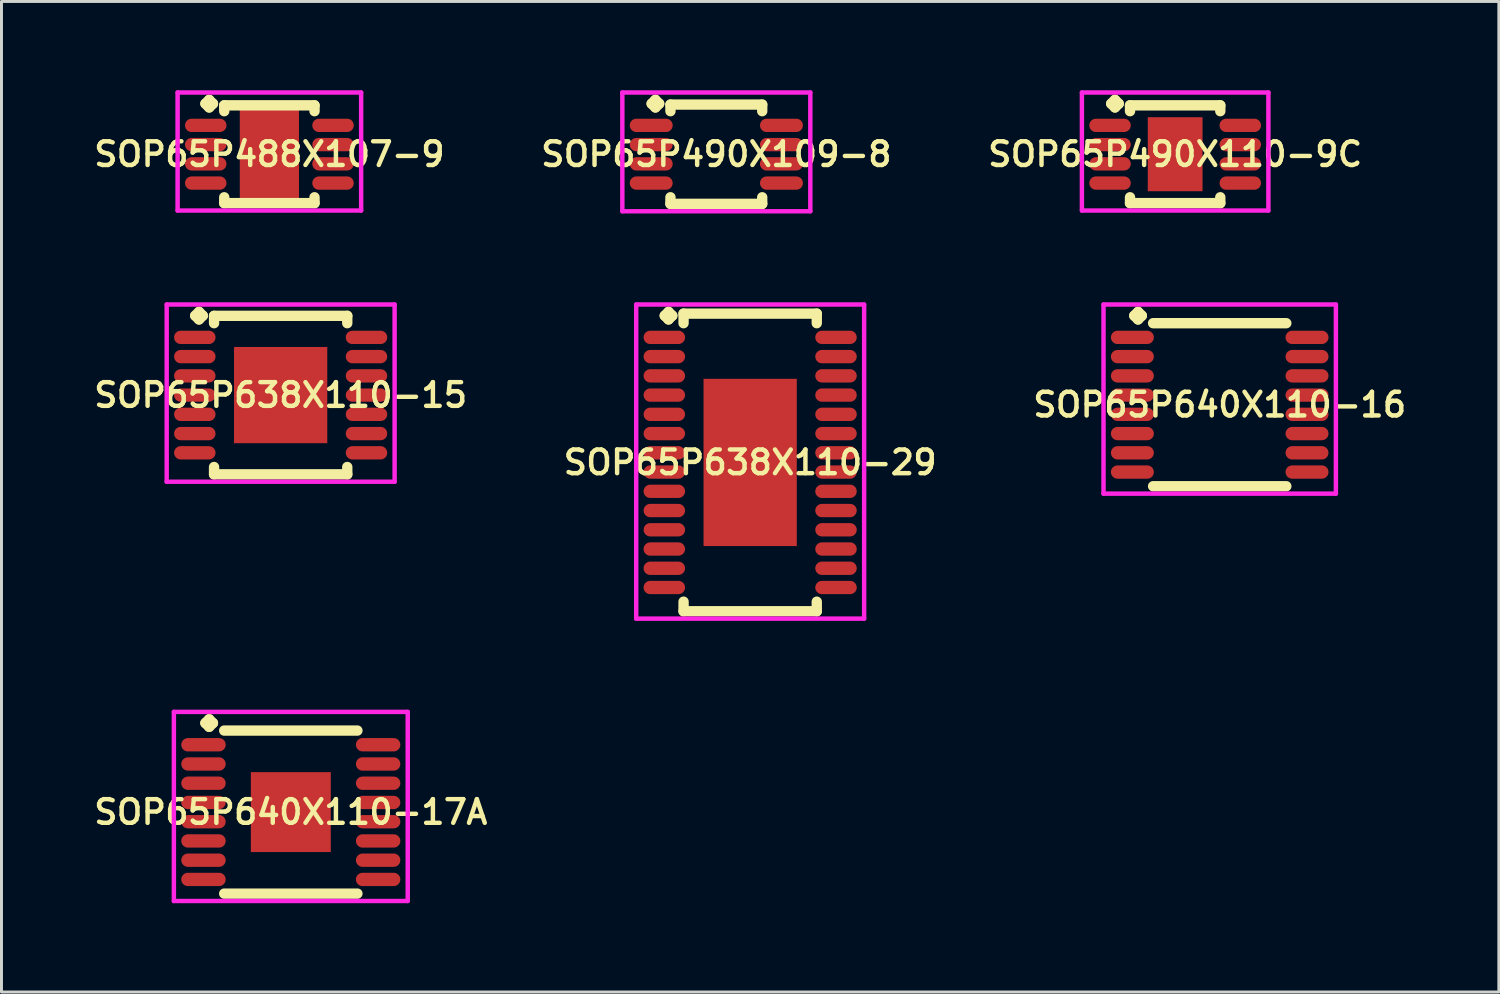
<source format=kicad_pcb>
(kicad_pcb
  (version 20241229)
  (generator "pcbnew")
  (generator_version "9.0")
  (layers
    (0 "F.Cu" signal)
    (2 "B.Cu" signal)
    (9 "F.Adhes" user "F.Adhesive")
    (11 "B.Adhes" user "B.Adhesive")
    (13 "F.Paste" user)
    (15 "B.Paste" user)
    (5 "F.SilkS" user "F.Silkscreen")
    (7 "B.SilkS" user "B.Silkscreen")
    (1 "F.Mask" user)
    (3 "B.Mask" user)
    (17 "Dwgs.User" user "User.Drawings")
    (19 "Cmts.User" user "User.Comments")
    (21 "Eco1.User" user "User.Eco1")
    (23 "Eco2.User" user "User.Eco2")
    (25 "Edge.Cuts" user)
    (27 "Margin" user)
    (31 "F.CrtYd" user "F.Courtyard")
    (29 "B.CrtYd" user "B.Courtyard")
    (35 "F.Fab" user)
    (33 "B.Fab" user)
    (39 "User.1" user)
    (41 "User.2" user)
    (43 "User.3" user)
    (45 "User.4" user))
  (footprint "SOP65P640X110-17A"
    (layer "F.Cu")
    (at 6.774 24.384)
    (property "Reference" "SOP65P640X110-17A" (at 0 0 0) (layer "F.SilkS") (effects (font (size 0.8 0.8) (thickness 0.15))))
    (attr smd)
    (fp_line (start -2.885 -3.008) (end -2.758 -3.135) (stroke (width 0.35) (type solid)) (layer "F.SilkS"))
    (fp_line (start -2.758 -3.135) (end -2.631 -3.008) (stroke (width 0.35) (type solid)) (layer "F.SilkS"))
    (fp_line (start -2.758 -2.881) (end -2.885 -3.008) (stroke (width 0.35) (type solid)) (layer "F.SilkS"))
    (fp_line (start -2.631 -3.008) (end -2.758 -2.881) (stroke (width 0.35) (type solid)) (layer "F.SilkS"))
    (fp_line (start -2.25 -2.754) (end 2.25 -2.754) (stroke (width 0.35) (type solid)) (layer "F.SilkS"))
    (fp_line (start -2.25 2.754) (end 2.25 2.754) (stroke (width 0.35) (type solid)) (layer "F.SilkS"))
    (fp_line (start -3.95 -3.385) (end 3.95 -3.385) (stroke (width 0.15) (type solid)) (layer "F.CrtYd"))
    (fp_line (start -3.95 3.004) (end -3.95 -3.385) (stroke (width 0.15) (type solid)) (layer "F.CrtYd"))
    (fp_line (start 3.95 -3.385) (end 3.95 3.004) (stroke (width 0.15) (type solid)) (layer "F.CrtYd"))
    (fp_line (start 3.95 3.004) (end -3.95 3.004) (stroke (width 0.15) (type solid)) (layer "F.CrtYd"))
    (pad "1" smd oval (at -2.95 -2.275) (size 1.5 0.45) (layers "F.Cu" "F.Mask" "F.Paste"))
    (pad "2" smd oval (at -2.95 -1.625) (size 1.5 0.45) (layers "F.Cu" "F.Mask" "F.Paste"))
    (pad "3" smd oval (at -2.95 -0.975) (size 1.5 0.45) (layers "F.Cu" "F.Mask" "F.Paste"))
    (pad "4" smd oval (at -2.95 -0.325) (size 1.5 0.45) (layers "F.Cu" "F.Mask" "F.Paste"))
    (pad "5" smd oval (at -2.95 0.325) (size 1.5 0.45) (layers "F.Cu" "F.Mask" "F.Paste"))
    (pad "6" smd oval (at -2.95 0.975) (size 1.5 0.45) (layers "F.Cu" "F.Mask" "F.Paste"))
    (pad "7" smd oval (at -2.95 1.625) (size 1.5 0.45) (layers "F.Cu" "F.Mask" "F.Paste"))
    (pad "8" smd oval (at -2.95 2.275) (size 1.5 0.45) (layers "F.Cu" "F.Mask" "F.Paste"))
    (pad "9" smd oval (at 2.95 2.275) (size 1.5 0.45) (layers "F.Cu" "F.Mask" "F.Paste"))
    (pad "10" smd oval (at 2.95 1.625) (size 1.5 0.45) (layers "F.Cu" "F.Mask" "F.Paste"))
    (pad "11" smd oval (at 2.95 0.975) (size 1.5 0.45) (layers "F.Cu" "F.Mask" "F.Paste"))
    (pad "12" smd oval (at 2.95 0.325) (size 1.5 0.45) (layers "F.Cu" "F.Mask" "F.Paste"))
    (pad "13" smd oval (at 2.95 -0.325) (size 1.5 0.45) (layers "F.Cu" "F.Mask" "F.Paste"))
    (pad "14" smd oval (at 2.95 -0.975) (size 1.5 0.45) (layers "F.Cu" "F.Mask" "F.Paste"))
    (pad "15" smd oval (at 2.95 -1.625) (size 1.5 0.45) (layers "F.Cu" "F.Mask" "F.Paste"))
    (pad "16" smd oval (at 2.95 -2.275) (size 1.5 0.45) (layers "F.Cu" "F.Mask" "F.Paste"))
    (pad "17" smd rect (at 0 0) (size 2.7 2.7) (layers "F.Cu" "F.Mask" "F.Paste")))
  (footprint "SOP65P488X107-9"
    (layer "F.Cu")
    (at 6.05 2.16)
    (property "Reference" "SOP65P488X107-9" (at 0 0 0) (layer "F.SilkS") (effects (font (size 0.8 0.8) (thickness 0.15))))
    (attr smd)
    (fp_line (start -2.16 -1.708) (end -2.033 -1.835) (stroke (width 0.35) (type solid)) (layer "F.SilkS"))
    (fp_line (start -2.033 -1.835) (end -1.906 -1.708) (stroke (width 0.35) (type solid)) (layer "F.SilkS"))
    (fp_line (start -2.033 -1.581) (end -2.16 -1.708) (stroke (width 0.35) (type solid)) (layer "F.SilkS"))
    (fp_line (start -1.906 -1.708) (end -2.033 -1.581) (stroke (width 0.35) (type solid)) (layer "F.SilkS"))
    (fp_line (start -1.525 -1.652) (end 1.525 -1.652) (stroke (width 0.35) (type solid)) (layer "F.SilkS"))
    (fp_line (start -1.525 -1.454) (end -1.525 -1.652) (stroke (width 0.35) (type solid)) (layer "F.SilkS"))
    (fp_line (start -1.525 1.454) (end -1.525 1.652) (stroke (width 0.35) (type solid)) (layer "F.SilkS"))
    (fp_line (start -1.525 1.652) (end 1.525 1.652) (stroke (width 0.35) (type solid)) (layer "F.SilkS"))
    (fp_line (start 1.525 -1.652) (end 1.525 -1.454) (stroke (width 0.35) (type solid)) (layer "F.SilkS"))
    (fp_line (start 1.525 1.652) (end 1.525 1.454) (stroke (width 0.35) (type solid)) (layer "F.SilkS"))
    (fp_line (start -3.1 -2.085) (end 3.1 -2.085) (stroke (width 0.15) (type solid)) (layer "F.CrtYd"))
    (fp_line (start -3.1 1.902) (end -3.1 -2.085) (stroke (width 0.15) (type solid)) (layer "F.CrtYd"))
    (fp_line (start 3.1 -2.085) (end 3.1 1.902) (stroke (width 0.15) (type solid)) (layer "F.CrtYd"))
    (fp_line (start 3.1 1.902) (end -3.1 1.902) (stroke (width 0.15) (type solid)) (layer "F.CrtYd"))
    (pad "1" smd oval (at -2.15 -0.975) (size 1.4 0.45) (layers "F.Cu" "F.Mask" "F.Paste"))
    (pad "2" smd oval (at -2.15 -0.325) (size 1.4 0.45) (layers "F.Cu" "F.Mask" "F.Paste"))
    (pad "3" smd oval (at -2.15 0.325) (size 1.4 0.45) (layers "F.Cu" "F.Mask" "F.Paste"))
    (pad "4" smd oval (at -2.15 0.975) (size 1.4 0.45) (layers "F.Cu" "F.Mask" "F.Paste"))
    (pad "5" smd oval (at 2.15 0.975) (size 1.4 0.45) (layers "F.Cu" "F.Mask" "F.Paste"))
    (pad "6" smd oval (at 2.15 0.325) (size 1.4 0.45) (layers "F.Cu" "F.Mask" "F.Paste"))
    (pad "7" smd oval (at 2.15 -0.325) (size 1.4 0.45) (layers "F.Cu" "F.Mask" "F.Paste"))
    (pad "8" smd oval (at 2.15 -0.975) (size 1.4 0.45) (layers "F.Cu" "F.Mask" "F.Paste"))
    (pad "9" smd rect (at 0 0) (size 2 3) (layers "F.Cu" "F.Mask" "F.Paste")))
  (footprint "SOP65P490X109-8"
    (layer "F.Cu")
    (at 21.149 2.16)
    (property "Reference" "SOP65P490X109-8" (at 0 0 0) (layer "F.SilkS") (effects (font (size 0.8 0.8) (thickness 0.15))))
    (attr smd)
    (fp_line (start -2.185 -1.708) (end -2.058 -1.835) (stroke (width 0.35) (type solid)) (layer "F.SilkS"))
    (fp_line (start -2.058 -1.835) (end -1.931 -1.708) (stroke (width 0.35) (type solid)) (layer "F.SilkS"))
    (fp_line (start -2.058 -1.581) (end -2.185 -1.708) (stroke (width 0.35) (type solid)) (layer "F.SilkS"))
    (fp_line (start -1.931 -1.708) (end -2.058 -1.581) (stroke (width 0.35) (type solid)) (layer "F.SilkS"))
    (fp_line (start -1.55 -1.677) (end 1.55 -1.677) (stroke (width 0.35) (type solid)) (layer "F.SilkS"))
    (fp_line (start -1.55 -1.454) (end -1.55 -1.677) (stroke (width 0.35) (type solid)) (layer "F.SilkS"))
    (fp_line (start -1.55 1.454) (end -1.55 1.677) (stroke (width 0.35) (type solid)) (layer "F.SilkS"))
    (fp_line (start -1.55 1.677) (end 1.55 1.677) (stroke (width 0.35) (type solid)) (layer "F.SilkS"))
    (fp_line (start 1.55 -1.677) (end 1.55 -1.454) (stroke (width 0.35) (type solid)) (layer "F.SilkS"))
    (fp_line (start 1.55 1.677) (end 1.55 1.454) (stroke (width 0.35) (type solid)) (layer "F.SilkS"))
    (fp_line (start -3.175 -2.085) (end 3.175 -2.085) (stroke (width 0.15) (type solid)) (layer "F.CrtYd"))
    (fp_line (start -3.175 1.927) (end -3.175 -2.085) (stroke (width 0.15) (type solid)) (layer "F.CrtYd"))
    (fp_line (start 3.175 -2.085) (end 3.175 1.927) (stroke (width 0.15) (type solid)) (layer "F.CrtYd"))
    (fp_line (start 3.175 1.927) (end -3.175 1.927) (stroke (width 0.15) (type solid)) (layer "F.CrtYd"))
    (pad "1" smd oval (at -2.2 -0.975) (size 1.45 0.45) (layers "F.Cu" "F.Mask" "F.Paste"))
    (pad "2" smd oval (at -2.2 -0.325) (size 1.45 0.45) (layers "F.Cu" "F.Mask" "F.Paste"))
    (pad "3" smd oval (at -2.2 0.325) (size 1.45 0.45) (layers "F.Cu" "F.Mask" "F.Paste"))
    (pad "4" smd oval (at -2.2 0.975) (size 1.45 0.45) (layers "F.Cu" "F.Mask" "F.Paste"))
    (pad "5" smd oval (at 2.2 0.975) (size 1.45 0.45) (layers "F.Cu" "F.Mask" "F.Paste"))
    (pad "6" smd oval (at 2.2 0.325) (size 1.45 0.45) (layers "F.Cu" "F.Mask" "F.Paste"))
    (pad "7" smd oval (at 2.2 -0.325) (size 1.45 0.45) (layers "F.Cu" "F.Mask" "F.Paste"))
    (pad "8" smd oval (at 2.2 -0.975) (size 1.45 0.45) (layers "F.Cu" "F.Mask" "F.Paste")))
  (footprint "SOP65P638X110-15"
    (layer "F.Cu")
    (at 6.431 10.297)
    (property "Reference" "SOP65P638X110-15" (at 0 0 0) (layer "F.SilkS") (effects (font (size 0.8 0.8) (thickness 0.15))))
    (attr smd)
    (fp_line (start -2.885 -2.683) (end -2.758 -2.81) (stroke (width 0.35) (type solid)) (layer "F.SilkS"))
    (fp_line (start -2.758 -2.81) (end -2.631 -2.683) (stroke (width 0.35) (type solid)) (layer "F.SilkS"))
    (fp_line (start -2.758 -2.556) (end -2.885 -2.683) (stroke (width 0.35) (type solid)) (layer "F.SilkS"))
    (fp_line (start -2.631 -2.683) (end -2.758 -2.556) (stroke (width 0.35) (type solid)) (layer "F.SilkS"))
    (fp_line (start -2.25 -2.677) (end 2.25 -2.677) (stroke (width 0.35) (type solid)) (layer "F.SilkS"))
    (fp_line (start -2.25 -2.429) (end -2.25 -2.677) (stroke (width 0.35) (type solid)) (layer "F.SilkS"))
    (fp_line (start -2.25 2.429) (end -2.25 2.677) (stroke (width 0.35) (type solid)) (layer "F.SilkS"))
    (fp_line (start -2.25 2.677) (end 2.25 2.677) (stroke (width 0.35) (type solid)) (layer "F.SilkS"))
    (fp_line (start 2.25 -2.677) (end 2.25 -2.429) (stroke (width 0.35) (type solid)) (layer "F.SilkS"))
    (fp_line (start 2.25 2.677) (end 2.25 2.429) (stroke (width 0.35) (type solid)) (layer "F.SilkS"))
    (fp_line (start -3.85 -3.06) (end 3.85 -3.06) (stroke (width 0.15) (type solid)) (layer "F.CrtYd"))
    (fp_line (start -3.85 2.927) (end -3.85 -3.06) (stroke (width 0.15) (type solid)) (layer "F.CrtYd"))
    (fp_line (start 3.85 -3.06) (end 3.85 2.927) (stroke (width 0.15) (type solid)) (layer "F.CrtYd"))
    (fp_line (start 3.85 2.927) (end -3.85 2.927) (stroke (width 0.15) (type solid)) (layer "F.CrtYd"))
    (pad "1" smd oval (at -2.9 -1.95) (size 1.4 0.45) (layers "F.Cu" "F.Mask" "F.Paste"))
    (pad "2" smd oval (at -2.9 -1.3) (size 1.4 0.45) (layers "F.Cu" "F.Mask" "F.Paste"))
    (pad "3" smd oval (at -2.9 -0.65) (size 1.4 0.45) (layers "F.Cu" "F.Mask" "F.Paste"))
    (pad "4" smd oval (at -2.9 0) (size 1.4 0.45) (layers "F.Cu" "F.Mask" "F.Paste"))
    (pad "5" smd oval (at -2.9 0.65) (size 1.4 0.45) (layers "F.Cu" "F.Mask" "F.Paste"))
    (pad "6" smd oval (at -2.9 1.3) (size 1.4 0.45) (layers "F.Cu" "F.Mask" "F.Paste"))
    (pad "7" smd oval (at -2.9 1.95) (size 1.4 0.45) (layers "F.Cu" "F.Mask" "F.Paste"))
    (pad "8" smd oval (at 2.9 1.95) (size 1.4 0.45) (layers "F.Cu" "F.Mask" "F.Paste"))
    (pad "9" smd oval (at 2.9 1.3) (size 1.4 0.45) (layers "F.Cu" "F.Mask" "F.Paste"))
    (pad "10" smd oval (at 2.9 0.65) (size 1.4 0.45) (layers "F.Cu" "F.Mask" "F.Paste"))
    (pad "11" smd oval (at 2.9 0) (size 1.4 0.45) (layers "F.Cu" "F.Mask" "F.Paste"))
    (pad "12" smd oval (at 2.9 -0.65) (size 1.4 0.45) (layers "F.Cu" "F.Mask" "F.Paste"))
    (pad "13" smd oval (at 2.9 -1.3) (size 1.4 0.45) (layers "F.Cu" "F.Mask" "F.Paste"))
    (pad "14" smd oval (at 2.9 -1.95) (size 1.4 0.45) (layers "F.Cu" "F.Mask" "F.Paste"))
    (pad "15" smd rect (at 0 0) (size 3.15 3.25) (layers "F.Cu" "F.Mask" "F.Paste")))
  (footprint "SOP65P490X110-9C"
    (layer "F.Cu")
    (at 36.649 2.16)
    (property "Reference" "SOP65P490X110-9C" (at 0 0 0) (layer "F.SilkS") (effects (font (size 0.8 0.8) (thickness 0.15))))
    (attr smd)
    (fp_line (start -2.16 -1.708) (end -2.033 -1.835) (stroke (width 0.35) (type solid)) (layer "F.SilkS"))
    (fp_line (start -2.033 -1.835) (end -1.906 -1.708) (stroke (width 0.35) (type solid)) (layer "F.SilkS"))
    (fp_line (start -2.033 -1.581) (end -2.16 -1.708) (stroke (width 0.35) (type solid)) (layer "F.SilkS"))
    (fp_line (start -1.906 -1.708) (end -2.033 -1.581) (stroke (width 0.35) (type solid)) (layer "F.SilkS"))
    (fp_line (start -1.525 -1.652) (end 1.525 -1.652) (stroke (width 0.35) (type solid)) (layer "F.SilkS"))
    (fp_line (start -1.525 -1.454) (end -1.525 -1.652) (stroke (width 0.35) (type solid)) (layer "F.SilkS"))
    (fp_line (start -1.525 1.454) (end -1.525 1.652) (stroke (width 0.35) (type solid)) (layer "F.SilkS"))
    (fp_line (start -1.525 1.652) (end 1.525 1.652) (stroke (width 0.35) (type solid)) (layer "F.SilkS"))
    (fp_line (start 1.525 -1.652) (end 1.525 -1.454) (stroke (width 0.35) (type solid)) (layer "F.SilkS"))
    (fp_line (start 1.525 1.652) (end 1.525 1.454) (stroke (width 0.35) (type solid)) (layer "F.SilkS"))
    (fp_line (start -3.15 -2.085) (end 3.15 -2.085) (stroke (width 0.15) (type solid)) (layer "F.CrtYd"))
    (fp_line (start -3.15 1.902) (end -3.15 -2.085) (stroke (width 0.15) (type solid)) (layer "F.CrtYd"))
    (fp_line (start 3.15 -2.085) (end 3.15 1.902) (stroke (width 0.15) (type solid)) (layer "F.CrtYd"))
    (fp_line (start 3.15 1.902) (end -3.15 1.902) (stroke (width 0.15) (type solid)) (layer "F.CrtYd"))
    (pad "1" smd oval (at -2.2 -0.975) (size 1.4 0.45) (layers "F.Cu" "F.Mask" "F.Paste"))
    (pad "2" smd oval (at -2.2 -0.325) (size 1.4 0.45) (layers "F.Cu" "F.Mask" "F.Paste"))
    (pad "3" smd oval (at -2.2 0.325) (size 1.4 0.45) (layers "F.Cu" "F.Mask" "F.Paste"))
    (pad "4" smd oval (at -2.2 0.975) (size 1.4 0.45) (layers "F.Cu" "F.Mask" "F.Paste"))
    (pad "5" smd oval (at 2.2 0.975) (size 1.4 0.45) (layers "F.Cu" "F.Mask" "F.Paste"))
    (pad "6" smd oval (at 2.2 0.325) (size 1.4 0.45) (layers "F.Cu" "F.Mask" "F.Paste"))
    (pad "7" smd oval (at 2.2 -0.325) (size 1.4 0.45) (layers "F.Cu" "F.Mask" "F.Paste"))
    (pad "8" smd oval (at 2.2 -0.975) (size 1.4 0.45) (layers "F.Cu" "F.Mask" "F.Paste"))
    (pad "9" smd rect (at 0 0) (size 1.85 2.5) (layers "F.Cu" "F.Mask" "F.Paste")))
  (footprint "SOP65P638X110-29"
    (layer "F.Cu")
    (at 22.292 12.572)
    (property "Reference" "SOP65P638X110-29" (at 0 0 0) (layer "F.SilkS") (effects (font (size 0.8 0.8) (thickness 0.15))))
    (attr smd)
    (fp_line (start -2.885 -4.958) (end -2.758 -5.085) (stroke (width 0.35) (type solid)) (layer "F.SilkS"))
    (fp_line (start -2.758 -5.085) (end -2.631 -4.958) (stroke (width 0.35) (type solid)) (layer "F.SilkS"))
    (fp_line (start -2.758 -4.831) (end -2.885 -4.958) (stroke (width 0.35) (type solid)) (layer "F.SilkS"))
    (fp_line (start -2.631 -4.958) (end -2.758 -4.831) (stroke (width 0.35) (type solid)) (layer "F.SilkS"))
    (fp_line (start -2.25 -5.027) (end 2.25 -5.027) (stroke (width 0.35) (type solid)) (layer "F.SilkS"))
    (fp_line (start -2.25 -4.704) (end -2.25 -5.027) (stroke (width 0.35) (type solid)) (layer "F.SilkS"))
    (fp_line (start -2.25 4.704) (end -2.25 5.027) (stroke (width 0.35) (type solid)) (layer "F.SilkS"))
    (fp_line (start -2.25 5.027) (end 2.25 5.027) (stroke (width 0.35) (type solid)) (layer "F.SilkS"))
    (fp_line (start 2.25 -5.027) (end 2.25 -4.704) (stroke (width 0.35) (type solid)) (layer "F.SilkS"))
    (fp_line (start 2.25 5.027) (end 2.25 4.704) (stroke (width 0.35) (type solid)) (layer "F.SilkS"))
    (fp_line (start -3.85 -5.335) (end 3.85 -5.335) (stroke (width 0.15) (type solid)) (layer "F.CrtYd"))
    (fp_line (start -3.85 5.277) (end -3.85 -5.335) (stroke (width 0.15) (type solid)) (layer "F.CrtYd"))
    (fp_line (start 3.85 -5.335) (end 3.85 5.277) (stroke (width 0.15) (type solid)) (layer "F.CrtYd"))
    (fp_line (start 3.85 5.277) (end -3.85 5.277) (stroke (width 0.15) (type solid)) (layer "F.CrtYd"))
    (pad "1" smd oval (at -2.9 -4.225) (size 1.4 0.45) (layers "F.Cu" "F.Mask" "F.Paste"))
    (pad "2" smd oval (at -2.9 -3.575) (size 1.4 0.45) (layers "F.Cu" "F.Mask" "F.Paste"))
    (pad "3" smd oval (at -2.9 -2.925) (size 1.4 0.45) (layers "F.Cu" "F.Mask" "F.Paste"))
    (pad "4" smd oval (at -2.9 -2.275) (size 1.4 0.45) (layers "F.Cu" "F.Mask" "F.Paste"))
    (pad "5" smd oval (at -2.9 -1.625) (size 1.4 0.45) (layers "F.Cu" "F.Mask" "F.Paste"))
    (pad "6" smd oval (at -2.9 -0.975) (size 1.4 0.45) (layers "F.Cu" "F.Mask" "F.Paste"))
    (pad "7" smd oval (at -2.9 -0.325) (size 1.4 0.45) (layers "F.Cu" "F.Mask" "F.Paste"))
    (pad "8" smd oval (at -2.9 0.325) (size 1.4 0.45) (layers "F.Cu" "F.Mask" "F.Paste"))
    (pad "9" smd oval (at -2.9 0.975) (size 1.4 0.45) (layers "F.Cu" "F.Mask" "F.Paste"))
    (pad "10" smd oval (at -2.9 1.625) (size 1.4 0.45) (layers "F.Cu" "F.Mask" "F.Paste"))
    (pad "11" smd oval (at -2.9 2.275) (size 1.4 0.45) (layers "F.Cu" "F.Mask" "F.Paste"))
    (pad "12" smd oval (at -2.9 2.925) (size 1.4 0.45) (layers "F.Cu" "F.Mask" "F.Paste"))
    (pad "13" smd oval (at -2.9 3.575) (size 1.4 0.45) (layers "F.Cu" "F.Mask" "F.Paste"))
    (pad "14" smd oval (at -2.9 4.225) (size 1.4 0.45) (layers "F.Cu" "F.Mask" "F.Paste"))
    (pad "15" smd oval (at 2.9 4.225) (size 1.4 0.45) (layers "F.Cu" "F.Mask" "F.Paste"))
    (pad "16" smd oval (at 2.9 3.575) (size 1.4 0.45) (layers "F.Cu" "F.Mask" "F.Paste"))
    (pad "17" smd oval (at 2.9 2.925) (size 1.4 0.45) (layers "F.Cu" "F.Mask" "F.Paste"))
    (pad "18" smd oval (at 2.9 2.275) (size 1.4 0.45) (layers "F.Cu" "F.Mask" "F.Paste"))
    (pad "19" smd oval (at 2.9 1.625) (size 1.4 0.45) (layers "F.Cu" "F.Mask" "F.Paste"))
    (pad "20" smd oval (at 2.9 0.975) (size 1.4 0.45) (layers "F.Cu" "F.Mask" "F.Paste"))
    (pad "21" smd oval (at 2.9 0.325) (size 1.4 0.45) (layers "F.Cu" "F.Mask" "F.Paste"))
    (pad "22" smd oval (at 2.9 -0.325) (size 1.4 0.45) (layers "F.Cu" "F.Mask" "F.Paste"))
    (pad "23" smd oval (at 2.9 -0.975) (size 1.4 0.45) (layers "F.Cu" "F.Mask" "F.Paste"))
    (pad "24" smd oval (at 2.9 -1.625) (size 1.4 0.45) (layers "F.Cu" "F.Mask" "F.Paste"))
    (pad "25" smd oval (at 2.9 -2.275) (size 1.4 0.45) (layers "F.Cu" "F.Mask" "F.Paste"))
    (pad "26" smd oval (at 2.9 -2.925) (size 1.4 0.45) (layers "F.Cu" "F.Mask" "F.Paste"))
    (pad "27" smd oval (at 2.9 -3.575) (size 1.4 0.45) (layers "F.Cu" "F.Mask" "F.Paste"))
    (pad "28" smd oval (at 2.9 -4.225) (size 1.4 0.45) (layers "F.Cu" "F.Mask" "F.Paste"))
    (pad "29" smd rect (at 0 0) (size 3.15 5.65) (layers "F.Cu" "F.Mask" "F.Paste")))
  (footprint "SOP65P640X110-16"
    (layer "F.Cu")
    (at 38.154 10.622)
    (property "Reference" "SOP65P640X110-16" (at 0 0 0) (layer "F.SilkS") (effects (font (size 0.8 0.8) (thickness 0.15))))
    (attr smd)
    (fp_line (start -2.885 -3.008) (end -2.758 -3.135) (stroke (width 0.35) (type solid)) (layer "F.SilkS"))
    (fp_line (start -2.758 -3.135) (end -2.631 -3.008) (stroke (width 0.35) (type solid)) (layer "F.SilkS"))
    (fp_line (start -2.758 -2.881) (end -2.885 -3.008) (stroke (width 0.35) (type solid)) (layer "F.SilkS"))
    (fp_line (start -2.631 -3.008) (end -2.758 -2.881) (stroke (width 0.35) (type solid)) (layer "F.SilkS"))
    (fp_line (start -2.25 -2.754) (end 2.25 -2.754) (stroke (width 0.35) (type solid)) (layer "F.SilkS"))
    (fp_line (start -2.25 2.754) (end 2.25 2.754) (stroke (width 0.35) (type solid)) (layer "F.SilkS"))
    (fp_line (start -3.925 -3.385) (end 3.925 -3.385) (stroke (width 0.15) (type solid)) (layer "F.CrtYd"))
    (fp_line (start -3.925 3.004) (end -3.925 -3.385) (stroke (width 0.15) (type solid)) (layer "F.CrtYd"))
    (fp_line (start 3.925 -3.385) (end 3.925 3.004) (stroke (width 0.15) (type solid)) (layer "F.CrtYd"))
    (fp_line (start 3.925 3.004) (end -3.925 3.004) (stroke (width 0.15) (type solid)) (layer "F.CrtYd"))
    (pad "1" smd oval (at -2.95 -2.275) (size 1.45 0.45) (layers "F.Cu" "F.Mask" "F.Paste"))
    (pad "2" smd oval (at -2.95 -1.625) (size 1.45 0.45) (layers "F.Cu" "F.Mask" "F.Paste"))
    (pad "3" smd oval (at -2.95 -0.975) (size 1.45 0.45) (layers "F.Cu" "F.Mask" "F.Paste"))
    (pad "4" smd oval (at -2.95 -0.325) (size 1.45 0.45) (layers "F.Cu" "F.Mask" "F.Paste"))
    (pad "5" smd oval (at -2.95 0.325) (size 1.45 0.45) (layers "F.Cu" "F.Mask" "F.Paste"))
    (pad "6" smd oval (at -2.95 0.975) (size 1.45 0.45) (layers "F.Cu" "F.Mask" "F.Paste"))
    (pad "7" smd oval (at -2.95 1.625) (size 1.45 0.45) (layers "F.Cu" "F.Mask" "F.Paste"))
    (pad "8" smd oval (at -2.95 2.275) (size 1.45 0.45) (layers "F.Cu" "F.Mask" "F.Paste"))
    (pad "9" smd oval (at 2.95 2.275) (size 1.45 0.45) (layers "F.Cu" "F.Mask" "F.Paste"))
    (pad "10" smd oval (at 2.95 1.625) (size 1.45 0.45) (layers "F.Cu" "F.Mask" "F.Paste"))
    (pad "11" smd oval (at 2.95 0.975) (size 1.45 0.45) (layers "F.Cu" "F.Mask" "F.Paste"))
    (pad "12" smd oval (at 2.95 0.325) (size 1.45 0.45) (layers "F.Cu" "F.Mask" "F.Paste"))
    (pad "13" smd oval (at 2.95 -0.325) (size 1.45 0.45) (layers "F.Cu" "F.Mask" "F.Paste"))
    (pad "14" smd oval (at 2.95 -0.975) (size 1.45 0.45) (layers "F.Cu" "F.Mask" "F.Paste"))
    (pad "15" smd oval (at 2.95 -1.625) (size 1.45 0.45) (layers "F.Cu" "F.Mask" "F.Paste"))
    (pad "16" smd oval (at 2.95 -2.275) (size 1.45 0.45) (layers "F.Cu" "F.Mask" "F.Paste")))
  (gr_rect
    (start -3 -3)
    (end 47.584 30.463)
    (stroke (width 0.1) (type default))
    (fill no)
    (layer "Edge.Cuts")))
</source>
